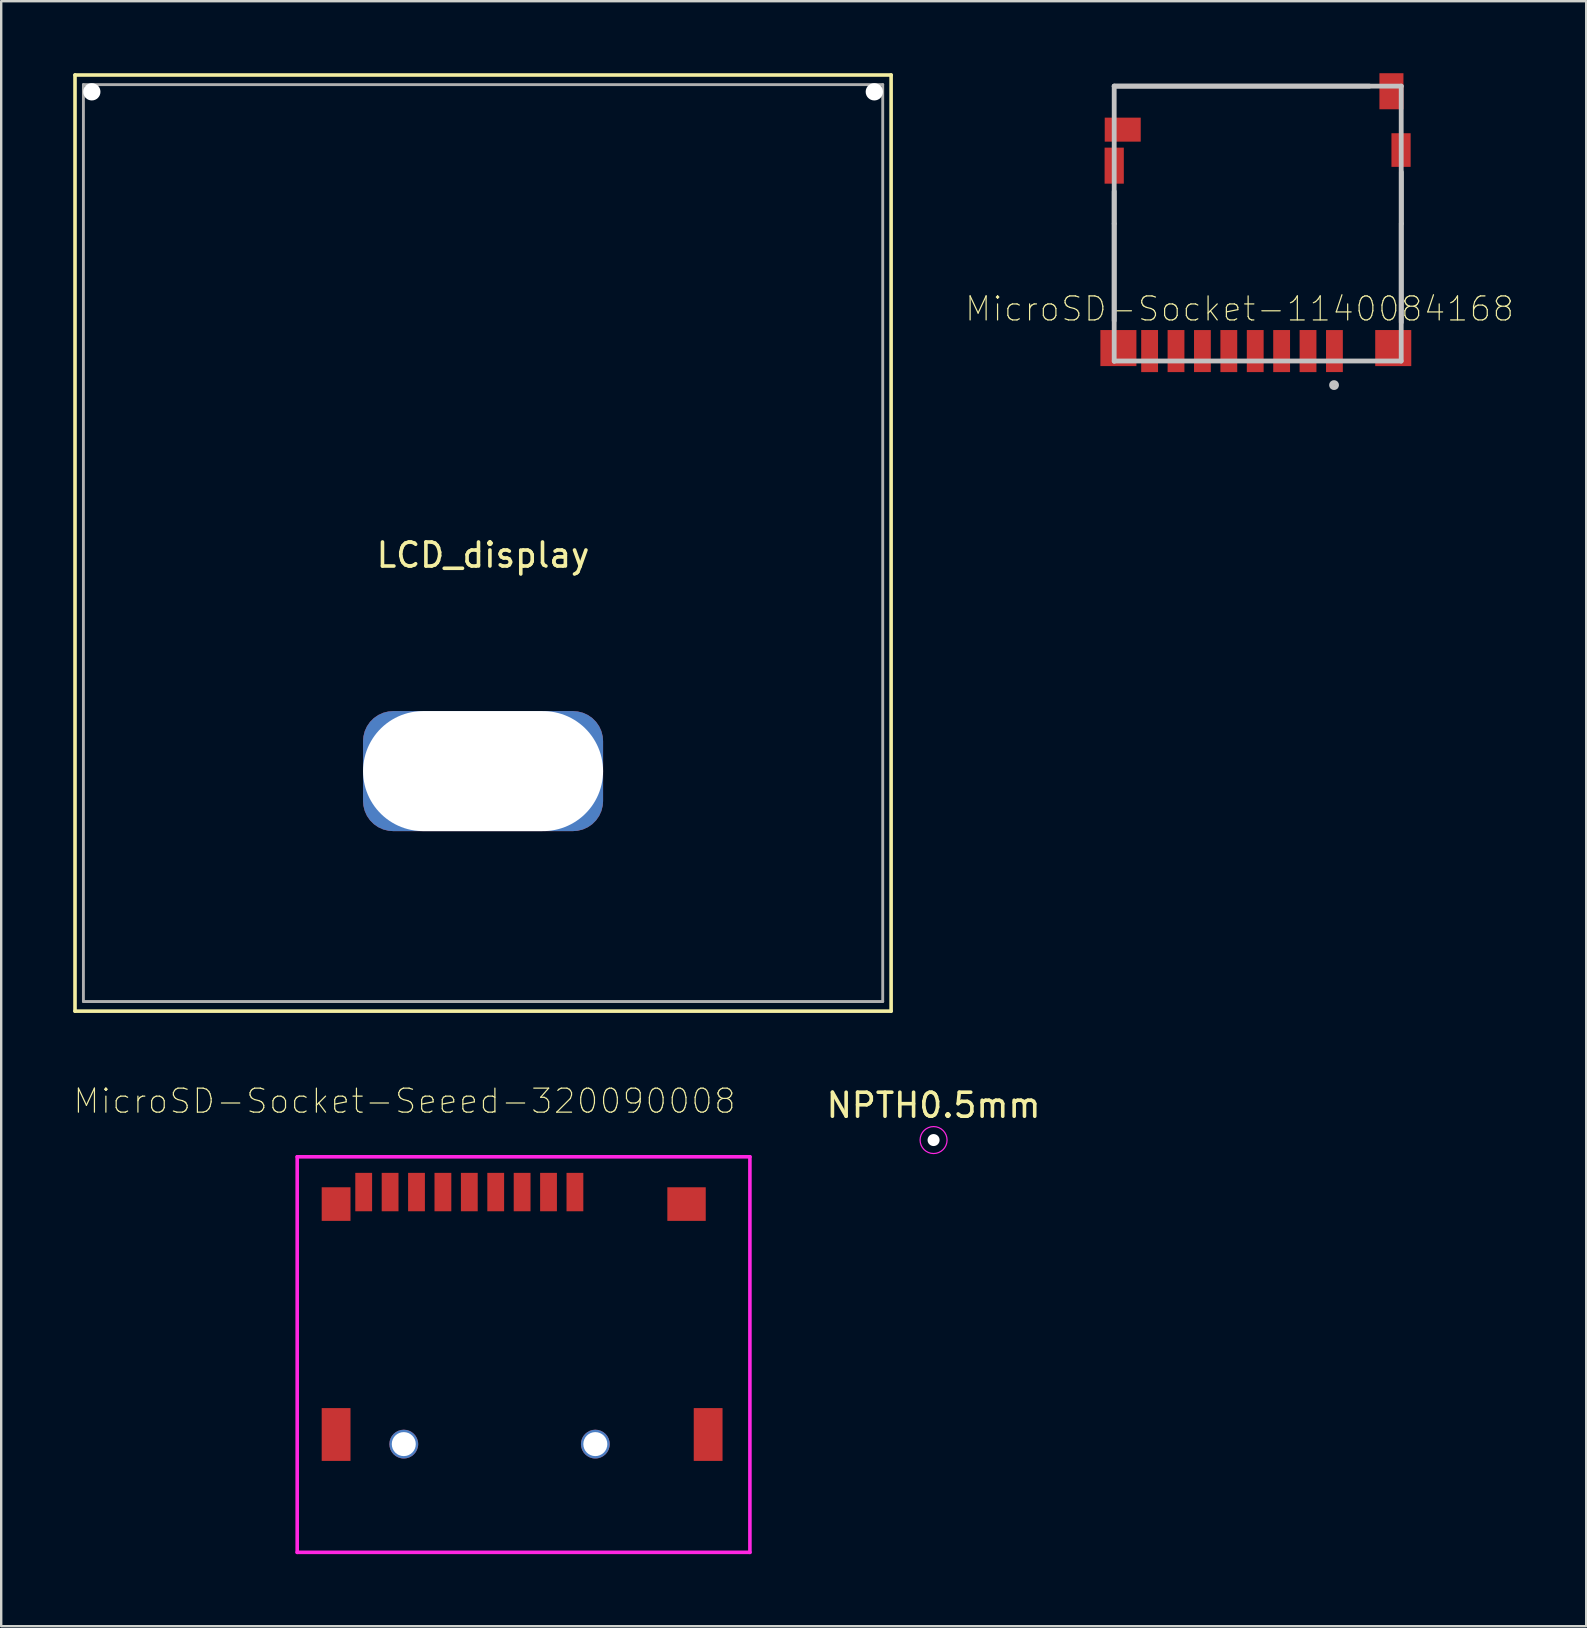
<source format=kicad_pcb>
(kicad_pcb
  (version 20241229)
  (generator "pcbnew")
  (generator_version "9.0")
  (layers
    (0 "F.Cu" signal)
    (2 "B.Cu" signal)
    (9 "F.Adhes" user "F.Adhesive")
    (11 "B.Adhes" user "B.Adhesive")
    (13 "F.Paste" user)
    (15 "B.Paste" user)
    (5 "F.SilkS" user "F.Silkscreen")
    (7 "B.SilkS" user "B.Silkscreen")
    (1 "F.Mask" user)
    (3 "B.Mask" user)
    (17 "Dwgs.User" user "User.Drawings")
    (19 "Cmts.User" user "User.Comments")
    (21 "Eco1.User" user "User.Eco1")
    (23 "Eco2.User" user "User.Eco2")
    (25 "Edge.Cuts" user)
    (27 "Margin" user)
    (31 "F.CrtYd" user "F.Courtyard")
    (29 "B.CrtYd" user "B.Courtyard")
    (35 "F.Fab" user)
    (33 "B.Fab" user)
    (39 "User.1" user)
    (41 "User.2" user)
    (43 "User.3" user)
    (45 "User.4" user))
  (footprint "MicroSD-Socket-Seeed-320090008"
    (layer "F.Cu")
    (at 18.702 57.113)
    (property "Reference" "MicroSD-Socket-Seeed-320090008" (at -4.9 -14.29 180) (layer "F.SilkS") (effects (font (size 1.001 1.001) (thickness 0.05))))
    (attr smd)
    (fp_line (start -9.37 -11.97) (end 9.49 -11.97) (stroke (width 0.15) (type solid)) (layer "F.CrtYd"))
    (fp_line (start -9.37 4.51) (end 9.49 4.51) (stroke (width 0.15) (type solid)) (layer "F.CrtYd"))
    (fp_line (start -9.37 -11.97) (end -9.37 4.51) (stroke (width 0.15) (type solid)) (layer "F.CrtYd"))
    (fp_line (start 9.49 -11.97) (end 9.49 4.51) (stroke (width 0.15) (type solid)) (layer "F.CrtYd"))
    (pad "" np_thru_hole circle (at -4.93 0) (size 1.2 1.2) (drill 1) (layers "*.Cu" "*.Mask"))
    (pad "" np_thru_hole circle (at 3.05 0) (size 1.2 1.2) (drill 1) (layers "*.Cu" "*.Mask"))
    (pad "1" smd rect (at 2.2 -10.5) (size 0.7 1.6) (layers "F.Cu" "F.Mask" "F.Paste"))
    (pad "2" smd rect (at 1.1 -10.5) (size 0.7 1.6) (layers "F.Cu" "F.Mask" "F.Paste"))
    (pad "3" smd rect (at 0 -10.5) (size 0.7 1.6) (layers "F.Cu" "F.Mask" "F.Paste"))
    (pad "4" smd rect (at -1.1 -10.5) (size 0.7 1.6) (layers "F.Cu" "F.Mask" "F.Paste"))
    (pad "5" smd rect (at -2.2 -10.5) (size 0.7 1.6) (layers "F.Cu" "F.Mask" "F.Paste"))
    (pad "6" smd rect (at -3.3 -10.5) (size 0.7 1.6) (layers "F.Cu" "F.Mask" "F.Paste"))
    (pad "7" smd rect (at -4.4 -10.5) (size 0.7 1.6) (layers "F.Cu" "F.Mask" "F.Paste"))
    (pad "8" smd rect (at -5.5 -10.5) (size 0.7 1.6) (layers "F.Cu" "F.Mask" "F.Paste"))
    (pad "9" smd rect (at -6.6 -10.5) (size 0.7 1.6) (layers "F.Cu" "F.Mask" "F.Paste"))
    (pad "10" smd rect (at -7.75 -10) (size 1.2 1.4) (layers "F.Cu" "F.Mask" "F.Paste"))
    (pad "10" smd rect (at -7.75 -0.4) (size 1.2 2.2) (layers "F.Cu" "F.Mask" "F.Paste"))
    (pad "10" smd rect (at 6.85 -10) (size 1.6 1.4) (layers "F.Cu" "F.Mask" "F.Paste"))
    (pad "10" smd rect (at 7.75 -0.4) (size 1.2 2.2) (layers "F.Cu" "F.Mask" "F.Paste")))
  (footprint "LCD_display"
    (layer "F.Cu")
    (at 17.075 19.575)
    (property "Reference" "LCD_display" (at 0 0.5 0) (layer "F.SilkS") (effects (font (size 1 1) (thickness 0.15))))
    (attr through_hole)
    (fp_line (start -17 -19.5) (end -17 19.5) (stroke (width 0.15) (type solid)) (layer "F.SilkS"))
    (fp_line (start -17 -19.5) (end 17 -19.5) (stroke (width 0.15) (type solid)) (layer "F.SilkS"))
    (fp_line (start 17 19.5) (end -17 19.5) (stroke (width 0.15) (type solid)) (layer "F.SilkS"))
    (fp_line (start 17 19.5) (end 17 -19.5) (stroke (width 0.15) (type solid)) (layer "F.SilkS"))
    (fp_line (start -4 7) (end 4 7) (stroke (width 0.12) (type solid)) (layer "Eco1.User"))
    (fp_line (start -4 12) (end -4 7) (stroke (width 0.12) (type solid)) (layer "Eco1.User"))
    (fp_line (start -4 12) (end 4 12) (stroke (width 0.12) (type solid)) (layer "Eco1.User"))
    (fp_line (start 4 7) (end 4 12) (stroke (width 0.12) (type solid)) (layer "Eco1.User"))
    (fp_line (start -16.65 -19.1) (end -16.65 19.1) (stroke (width 0.12) (type solid)) (layer "F.Fab"))
    (fp_line (start -16.65 -19.1) (end 16.65 -19.1) (stroke (width 0.12) (type solid)) (layer "F.Fab"))
    (fp_line (start -16.65 19.1) (end 16.65 19.1) (stroke (width 0.12) (type solid)) (layer "F.Fab"))
    (fp_line (start 16.65 19.1) (end 16.65 -19.1) (stroke (width 0.12) (type solid)) (layer "F.Fab"))
    (pad "" np_thru_hole circle (at -16.3 -18.8) (size 0.72 0.72) (drill 0.72) (layers "*.Cu" "*.Mask"))
    (pad "" np_thru_hole roundrect (at 0 9.5) (size 10 5) (drill oval 10 5) (layers "*.Cu" "*.Mask") (roundrect_rratio 0.25))
    (pad "" np_thru_hole circle (at 16.3 -18.8) (size 0.72 0.72) (drill 0.72) (layers "*.Cu" "*.Mask")))
  (footprint "MicroSD-Socket-1140084168"
    (layer "F.Cu")
    (at 43.369 0.538)
    (property "Reference" "MicroSD-Socket-1140084168" (at 5.222 9.28 0) (layer "F.SilkS") (effects (font (size 1.001 1.001) (thickness 0.05))))
    (attr smd)
    (fp_line (start 0 0) (end 10.631 0) (stroke (width 0.2) (type solid)) (layer "Dwgs.User"))
    (fp_line (start 0 0) (end 11.963 0) (stroke (width 0.2) (type solid)) (layer "Dwgs.User"))
    (fp_line (start 0 5.729) (end 0 4.388) (stroke (width 0.2) (type solid)) (layer "Dwgs.User"))
    (fp_line (start 0 5.735) (end 0 9.771) (stroke (width 0.2) (type solid)) (layer "Dwgs.User"))
    (fp_line (start 0 11.466) (end 0 0) (stroke (width 0.2) (type solid)) (layer "Dwgs.User"))
    (fp_line (start 11.951 11.451) (end 0 11.451) (stroke (width 0.2) (type solid)) (layer "Dwgs.User"))
    (fp_line (start 11.957 0) (end 11.957 11.457) (stroke (width 0.2) (type solid)) (layer "Dwgs.User"))
    (fp_line (start 11.96 5.73) (end 11.96 9.841) (stroke (width 0.2) (type solid)) (layer "Dwgs.User"))
    (fp_line (start 11.963 5.731) (end 11.963 3.583) (stroke (width 0.2) (type solid)) (layer "Dwgs.User"))
    (fp_circle (center 9.159 12.455) (end 9.265 12.455) (stroke (width 0.2) (type solid)) (fill no) (layer "Dwgs.User"))
    (pad "1" smd rect (at 9.175 11.038 90) (size 1.75 0.7) (layers "F.Cu" "F.Mask" "F.Paste"))
    (pad "2" smd rect (at 8.075 11.038 90) (size 1.753 0.701) (layers "F.Cu" "F.Mask" "F.Paste"))
    (pad "3" smd rect (at 6.975 11.038 90) (size 1.752 0.701) (layers "F.Cu" "F.Mask" "F.Paste"))
    (pad "4" smd rect (at 5.875 11.038 90) (size 1.752 0.701) (layers "F.Cu" "F.Mask" "F.Paste"))
    (pad "5" smd rect (at 4.775 11.038 90) (size 1.752 0.701) (layers "F.Cu" "F.Mask" "F.Paste"))
    (pad "6" smd rect (at 3.675 11.038 90) (size 1.75 0.7) (layers "F.Cu" "F.Mask" "F.Paste"))
    (pad "7" smd rect (at 2.575 11.038 90) (size 1.752 0.701) (layers "F.Cu" "F.Mask" "F.Paste"))
    (pad "8" smd rect (at 1.475 11.038 90) (size 1.753 0.701) (layers "F.Cu" "F.Mask" "F.Paste"))
    (pad "9" smd rect (at 0.175 10.913) (size 1.501 1.501) (layers "F.Cu" "F.Mask" "F.Paste"))
    (pad "10" smd rect (at 11.625 10.913) (size 1.502 1.502) (layers "F.Cu" "F.Mask" "F.Paste"))
    (pad "11" smd rect (at 0 3.313 90) (size 1.501 0.801) (layers "F.Cu" "F.Mask" "F.Paste"))
    (pad "12" smd rect (at 11.95 2.663 90) (size 1.401 0.8) (layers "F.Cu" "F.Mask" "F.Paste"))
    (pad "13" smd rect (at 0.355 1.813) (size 1.5 1) (layers "F.Cu" "F.Mask" "F.Paste"))
    (pad "14" smd rect (at 11.55 0.213 90) (size 1.502 1.001) (layers "F.Cu" "F.Mask" "F.Paste")))
  (footprint "NPTH0.5mm"
    (layer "F.Cu")
    (at 35.844 44.446)
    (property "Reference" "NPTH0.5mm" (at 0 -1.448 0) (layer "F.SilkS") (effects (font (size 1 1) (thickness 0.15))))
    (attr exclude_from_pos_files exclude_from_bom)
    (fp_circle (center 0 0) (end 0.561 -0.025) (stroke (width 0.05) (type solid)) (fill no) (layer "F.CrtYd"))
    (pad "" np_thru_hole circle (at 0 0) (size 0.5 0.5) (drill 0.5) (layers "*.Cu" "*.Mask")))
  (gr_rect
    (start -3 -3)
    (end 63.033 64.699)
    (stroke (width 0.1) (type default))
    (fill no)
    (layer "Edge.Cuts")))
</source>
